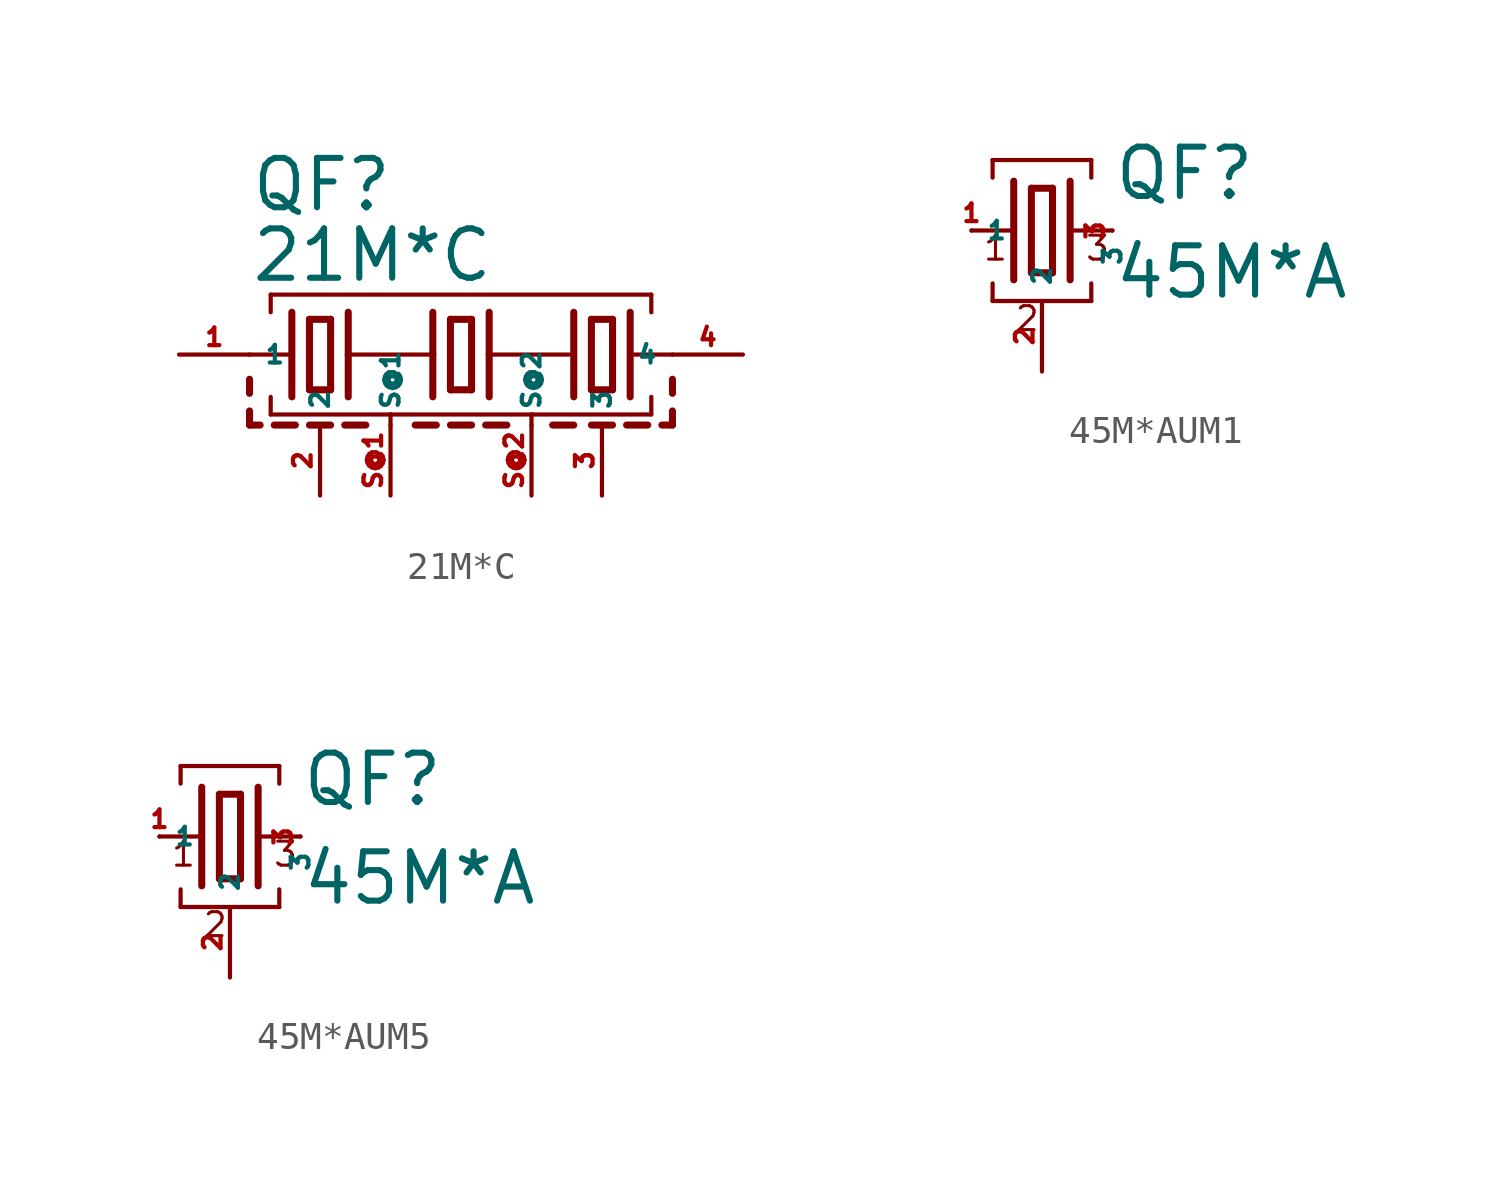
<source format=kicad_sym>
(kicad_symbol_lib
  (version 20220914)
  (generator Eagle2Kicad)
  (symbol "21M*C"
    (property "Reference" "QF"
      (at -7.62 5.08 0)
      (effects (font (size 1.778 1.778) (thickness 0.22)) (justify left bottom)))
    (property "Value" "21M*C"
      (at -7.62 2.54 0)
      (effects (font (size 1.778 1.778) (thickness 0.22)) (justify left bottom)))
    (polyline
      (pts (xy 6.096 0) (xy 7.62 0))
      (stroke (width 0.152) (type default))
      (fill (type none)))
    (polyline
      (pts (xy -7.62 0) (xy -6.096 0))
      (stroke (width 0.152) (type default))
      (fill (type none)))
    (polyline
      (pts (xy -0.381 1.27) (xy -0.381 -1.27))
      (stroke (width 0.254) (type default))
      (fill (type none)))
    (polyline
      (pts (xy -0.381 -1.27) (xy 0.381 -1.27))
      (stroke (width 0.254) (type default))
      (fill (type none)))
    (polyline
      (pts (xy 0.381 -1.27) (xy 0.381 1.27))
      (stroke (width 0.254) (type default))
      (fill (type none)))
    (polyline
      (pts (xy 0.381 1.27) (xy -0.381 1.27))
      (stroke (width 0.254) (type default))
      (fill (type none)))
    (polyline
      (pts (xy 6.096 1.524) (xy 6.096 -1.524))
      (stroke (width 0.254) (type default))
      (fill (type none)))
    (polyline
      (pts (xy -6.096 1.524) (xy -6.096 -1.524))
      (stroke (width 0.254) (type default))
      (fill (type none)))
    (polyline
      (pts (xy -6.858 1.524) (xy -6.858 2.159))
      (stroke (width 0.152) (type default))
      (fill (type none)))
    (polyline
      (pts (xy -6.858 2.159) (xy 6.858 2.159))
      (stroke (width 0.152) (type default))
      (fill (type none)))
    (polyline
      (pts (xy 6.858 2.159) (xy 6.858 1.524))
      (stroke (width 0.152) (type default))
      (fill (type none)))
    (polyline
      (pts (xy 6.858 -1.524) (xy 6.858 -2.159))
      (stroke (width 0.152) (type default))
      (fill (type none)))
    (polyline
      (pts (xy -6.858 -2.159) (xy -2.54 -2.159))
      (stroke (width 0.152) (type default))
      (fill (type none)))
    (polyline
      (pts (xy -2.54 -2.159) (xy 2.54 -2.159))
      (stroke (width 0.152) (type default))
      (fill (type none)))
    (polyline
      (pts (xy 2.54 -2.159) (xy 6.858 -2.159))
      (stroke (width 0.152) (type default))
      (fill (type none)))
    (polyline
      (pts (xy -6.858 -2.159) (xy -6.858 -1.524))
      (stroke (width 0.152) (type default))
      (fill (type none)))
    (polyline
      (pts (xy -1.016 1.524) (xy -1.016 0))
      (stroke (width 0.254) (type default))
      (fill (type none)))
    (polyline
      (pts (xy -1.016 0) (xy -1.016 -1.524))
      (stroke (width 0.254) (type default))
      (fill (type none)))
    (polyline
      (pts (xy 1.016 1.524) (xy 1.016 0))
      (stroke (width 0.254) (type default))
      (fill (type none)))
    (polyline
      (pts (xy 1.016 0) (xy 1.016 -1.524))
      (stroke (width 0.254) (type default))
      (fill (type none)))
    (polyline
      (pts (xy -4.699 1.27) (xy -5.461 1.27))
      (stroke (width 0.254) (type default))
      (fill (type none)))
    (polyline
      (pts (xy -5.461 -1.27) (xy -4.699 -1.27))
      (stroke (width 0.254) (type default))
      (fill (type none)))
    (polyline
      (pts (xy -5.461 1.27) (xy -5.461 -1.27))
      (stroke (width 0.254) (type default))
      (fill (type none)))
    (polyline
      (pts (xy -4.699 -1.27) (xy -4.699 1.27))
      (stroke (width 0.254) (type default))
      (fill (type none)))
    (polyline
      (pts (xy 5.461 -1.27) (xy 5.461 1.27))
      (stroke (width 0.254) (type default))
      (fill (type none)))
    (polyline
      (pts (xy 4.699 1.27) (xy 4.699 -1.27))
      (stroke (width 0.254) (type default))
      (fill (type none)))
    (polyline
      (pts (xy 5.461 1.27) (xy 4.699 1.27))
      (stroke (width 0.254) (type default))
      (fill (type none)))
    (polyline
      (pts (xy 4.699 -1.27) (xy 5.461 -1.27))
      (stroke (width 0.254) (type default))
      (fill (type none)))
    (polyline
      (pts (xy 4.064 1.524) (xy 4.064 -1.524))
      (stroke (width 0.254) (type default))
      (fill (type none)))
    (polyline
      (pts (xy -4.064 1.524) (xy -4.064 0))
      (stroke (width 0.254) (type default))
      (fill (type none)))
    (polyline
      (pts (xy -4.064 0) (xy -4.064 -1.524))
      (stroke (width 0.254) (type default))
      (fill (type none)))
    (polyline
      (pts (xy -4.064 0) (xy -1.016 0))
      (stroke (width 0.152) (type default))
      (fill (type none)))
    (polyline
      (pts (xy 1.016 0) (xy 4.064 0))
      (stroke (width 0.152) (type default))
      (fill (type none)))
    (polyline
      (pts (xy -7.62 -2.032) (xy -7.62 -2.54))
      (stroke (width 0.254) (type default))
      (fill (type none)))
    (polyline
      (pts (xy -7.62 -2.54) (xy -7.239 -2.54))
      (stroke (width 0.254) (type default))
      (fill (type none)))
    (polyline
      (pts (xy -5.461 -2.54) (xy -4.699 -2.54))
      (stroke (width 0.254) (type default))
      (fill (type none)))
    (polyline
      (pts (xy -6.731 -2.54) (xy -5.969 -2.54))
      (stroke (width 0.254) (type default))
      (fill (type none)))
    (polyline
      (pts (xy 4.699 -2.54) (xy 5.461 -2.54))
      (stroke (width 0.254) (type default))
      (fill (type none)))
    (polyline
      (pts (xy -4.191 -2.54) (xy -3.429 -2.54))
      (stroke (width 0.254) (type default))
      (fill (type none)))
    (polyline
      (pts (xy -1.651 -2.54) (xy -0.889 -2.54))
      (stroke (width 0.254) (type default))
      (fill (type none)))
    (polyline
      (pts (xy -0.381 -2.54) (xy 0.381 -2.54))
      (stroke (width 0.254) (type default))
      (fill (type none)))
    (polyline
      (pts (xy 0.889 -2.54) (xy 1.651 -2.54))
      (stroke (width 0.254) (type default))
      (fill (type none)))
    (polyline
      (pts (xy 3.302 -2.54) (xy 4.064 -2.54))
      (stroke (width 0.254) (type default))
      (fill (type none)))
    (polyline
      (pts (xy -2.54 -2.54) (xy -2.54 -2.159))
      (stroke (width 0.152) (type default))
      (fill (type none)))
    (polyline
      (pts (xy 2.54 -2.54) (xy 2.54 -2.159))
      (stroke (width 0.152) (type default))
      (fill (type none)))
    (polyline
      (pts (xy 7.62 -2.54) (xy 7.239 -2.54))
      (stroke (width 0.254) (type default))
      (fill (type none)))
    (polyline
      (pts (xy 6.731 -2.54) (xy 5.969 -2.54))
      (stroke (width 0.254) (type default))
      (fill (type none)))
    (polyline
      (pts (xy 7.62 -2.032) (xy 7.62 -2.54))
      (stroke (width 0.254) (type default))
      (fill (type none)))
    (polyline
      (pts (xy -7.62 -0.889) (xy -7.62 -1.397))
      (stroke (width 0.254) (type default))
      (fill (type none)))
    (polyline
      (pts (xy 7.62 -0.889) (xy 7.62 -1.397))
      (stroke (width 0.254) (type default))
      (fill (type none)))
    (pin passive line
      (at 10.16 0 180)
      (length 2.54)
      (name "4" (effects (font (size 0.635 0.635) (thickness 0.08)) (justify left bottom)))
      (number "4" (effects (font (size 0.635 0.635) (thickness 0.08)) (justify left bottom))))
    (pin passive line
      (at -10.16 0 0)
      (length 2.54)
      (name "1" (effects (font (size 0.635 0.635) (thickness 0.08)) (justify left bottom)))
      (number "1" (effects (font (size 0.635 0.635) (thickness 0.08)) (justify left bottom))))
    (pin passive line
      (at -5.08 -5.08 90)
      (length 2.54)
      (name "2" (effects (font (size 0.635 0.635) (thickness 0.08)) (justify left bottom)))
      (number "2" (effects (font (size 0.635 0.635) (thickness 0.08)) (justify left bottom))))
    (pin passive line
      (at 5.08 -5.08 90)
      (length 2.54)
      (name "3" (effects (font (size 0.635 0.635) (thickness 0.08)) (justify left bottom)))
      (number "3" (effects (font (size 0.635 0.635) (thickness 0.08)) (justify left bottom))))
    (pin passive line
      (at -2.54 -5.08 90)
      (length 2.54)
      (name "S@1" (effects (font (size 0.635 0.635) (thickness 0.08)) (justify left bottom)))
      (number "S@1" (effects (font (size 0.635 0.635) (thickness 0.08)) (justify left bottom))))
    (pin passive line
      (at 2.54 -5.08 90)
      (length 2.54)
      (name "S@2" (effects (font (size 0.635 0.635) (thickness 0.08)) (justify left bottom)))
      (number "S@2" (effects (font (size 0.635 0.635) (thickness 0.08)) (justify left bottom)))))
  (symbol "45M*AUM1"
    (property "Reference" "QF"
      (at 2.54 1.016 0)
      (effects (font (size 1.778 1.778) (thickness 0.22)) (justify left bottom)))
    (property "Value" "45M*A"
      (at 2.54 -2.54 0)
      (effects (font (size 1.778 1.778) (thickness 0.22)) (justify left bottom)))
    (polyline
      (pts (xy 1.016 0) (xy 2.54 0))
      (stroke (width 0.152) (type default))
      (fill (type none)))
    (polyline
      (pts (xy -2.54 0) (xy -1.016 0))
      (stroke (width 0.152) (type default))
      (fill (type none)))
    (polyline
      (pts (xy -0.381 1.524) (xy -0.381 -1.524))
      (stroke (width 0.254) (type default))
      (fill (type none)))
    (polyline
      (pts (xy -0.381 -1.524) (xy 0.381 -1.524))
      (stroke (width 0.254) (type default))
      (fill (type none)))
    (polyline
      (pts (xy 0.381 -1.524) (xy 0.381 1.524))
      (stroke (width 0.254) (type default))
      (fill (type none)))
    (polyline
      (pts (xy 0.381 1.524) (xy -0.381 1.524))
      (stroke (width 0.254) (type default))
      (fill (type none)))
    (polyline
      (pts (xy 1.016 1.778) (xy 1.016 -1.778))
      (stroke (width 0.254) (type default))
      (fill (type none)))
    (polyline
      (pts (xy -1.016 1.778) (xy -1.016 -1.778))
      (stroke (width 0.254) (type default))
      (fill (type none)))
    (polyline
      (pts (xy -1.778 1.905) (xy -1.778 2.54))
      (stroke (width 0.152) (type default))
      (fill (type none)))
    (polyline
      (pts (xy -1.778 2.54) (xy 1.778 2.54))
      (stroke (width 0.152) (type default))
      (fill (type none)))
    (polyline
      (pts (xy 1.778 2.54) (xy 1.778 1.905))
      (stroke (width 0.152) (type default))
      (fill (type none)))
    (polyline
      (pts (xy 1.778 -1.905) (xy 1.778 -2.54))
      (stroke (width 0.152) (type default))
      (fill (type none)))
    (polyline
      (pts (xy -1.778 -2.54) (xy 1.778 -2.54))
      (stroke (width 0.152) (type default))
      (fill (type none)))
    (polyline
      (pts (xy -1.778 -2.54) (xy -1.778 -1.905))
      (stroke (width 0.152) (type default))
      (fill (type none)))
    (text "1"
      (at -2.159 -1.143 0)
      (effects (font (size 0.864 0.864) (thickness 0.11)) (justify left bottom)))
    (text "2"
      (at -1.016 -3.683 0)
      (effects (font (size 0.864 0.864) (thickness 0.11)) (justify left bottom)))
    (text "3"
      (at 1.524 -1.143 0)
      (effects (font (size 0.864 0.864) (thickness 0.11)) (justify left bottom)))
    (pin passive line
      (at 2.54 0 270)
      (length 0)
      (name "3" (effects (font (size 0.635 0.635) (thickness 0.08)) (justify left bottom)))
      (number "3" (effects (font (size 0.635 0.635) (thickness 0.08)) (justify left bottom))))
    (pin passive line
      (at -2.54 0 0)
      (length 0)
      (name "1" (effects (font (size 0.635 0.635) (thickness 0.08)) (justify left bottom)))
      (number "1" (effects (font (size 0.635 0.635) (thickness 0.08)) (justify left bottom))))
    (pin passive line
      (at 0 -5.08 90)
      (length 2.54)
      (name "2" (effects (font (size 0.635 0.635) (thickness 0.08)) (justify left bottom)))
      (number "2" (effects (font (size 0.635 0.635) (thickness 0.08)) (justify left bottom)))))
  (symbol "45M*AUM5"
    (property "Reference" "QF"
      (at 2.54 1.016 0)
      (effects (font (size 1.778 1.778) (thickness 0.22)) (justify left bottom)))
    (property "Value" "45M*A"
      (at 2.54 -2.54 0)
      (effects (font (size 1.778 1.778) (thickness 0.22)) (justify left bottom)))
    (polyline
      (pts (xy 1.016 0) (xy 2.54 0))
      (stroke (width 0.152) (type default))
      (fill (type none)))
    (polyline
      (pts (xy -2.54 0) (xy -1.016 0))
      (stroke (width 0.152) (type default))
      (fill (type none)))
    (polyline
      (pts (xy -0.381 1.524) (xy -0.381 -1.524))
      (stroke (width 0.254) (type default))
      (fill (type none)))
    (polyline
      (pts (xy -0.381 -1.524) (xy 0.381 -1.524))
      (stroke (width 0.254) (type default))
      (fill (type none)))
    (polyline
      (pts (xy 0.381 -1.524) (xy 0.381 1.524))
      (stroke (width 0.254) (type default))
      (fill (type none)))
    (polyline
      (pts (xy 0.381 1.524) (xy -0.381 1.524))
      (stroke (width 0.254) (type default))
      (fill (type none)))
    (polyline
      (pts (xy 1.016 1.778) (xy 1.016 -1.778))
      (stroke (width 0.254) (type default))
      (fill (type none)))
    (polyline
      (pts (xy -1.016 1.778) (xy -1.016 -1.778))
      (stroke (width 0.254) (type default))
      (fill (type none)))
    (polyline
      (pts (xy -1.778 1.905) (xy -1.778 2.54))
      (stroke (width 0.152) (type default))
      (fill (type none)))
    (polyline
      (pts (xy -1.778 2.54) (xy 1.778 2.54))
      (stroke (width 0.152) (type default))
      (fill (type none)))
    (polyline
      (pts (xy 1.778 2.54) (xy 1.778 1.905))
      (stroke (width 0.152) (type default))
      (fill (type none)))
    (polyline
      (pts (xy 1.778 -1.905) (xy 1.778 -2.54))
      (stroke (width 0.152) (type default))
      (fill (type none)))
    (polyline
      (pts (xy -1.778 -2.54) (xy 1.778 -2.54))
      (stroke (width 0.152) (type default))
      (fill (type none)))
    (polyline
      (pts (xy -1.778 -2.54) (xy -1.778 -1.905))
      (stroke (width 0.152) (type default))
      (fill (type none)))
    (text "1"
      (at -2.159 -1.143 0)
      (effects (font (size 0.864 0.864) (thickness 0.11)) (justify left bottom)))
    (text "2"
      (at -1.016 -3.683 0)
      (effects (font (size 0.864 0.864) (thickness 0.11)) (justify left bottom)))
    (text "3"
      (at 1.524 -1.143 0)
      (effects (font (size 0.864 0.864) (thickness 0.11)) (justify left bottom)))
    (pin passive line
      (at 2.54 0 270)
      (length 0)
      (name "3" (effects (font (size 0.635 0.635) (thickness 0.08)) (justify left bottom)))
      (number "3" (effects (font (size 0.635 0.635) (thickness 0.08)) (justify left bottom))))
    (pin passive line
      (at -2.54 0 0)
      (length 0)
      (name "1" (effects (font (size 0.635 0.635) (thickness 0.08)) (justify left bottom)))
      (number "1" (effects (font (size 0.635 0.635) (thickness 0.08)) (justify left bottom))))
    (pin passive line
      (at 0 -5.08 90)
      (length 2.54)
      (name "2" (effects (font (size 0.635 0.635) (thickness 0.08)) (justify left bottom)))
      (number "2" (effects (font (size 0.635 0.635) (thickness 0.08)) (justify left bottom))))))
</source>
